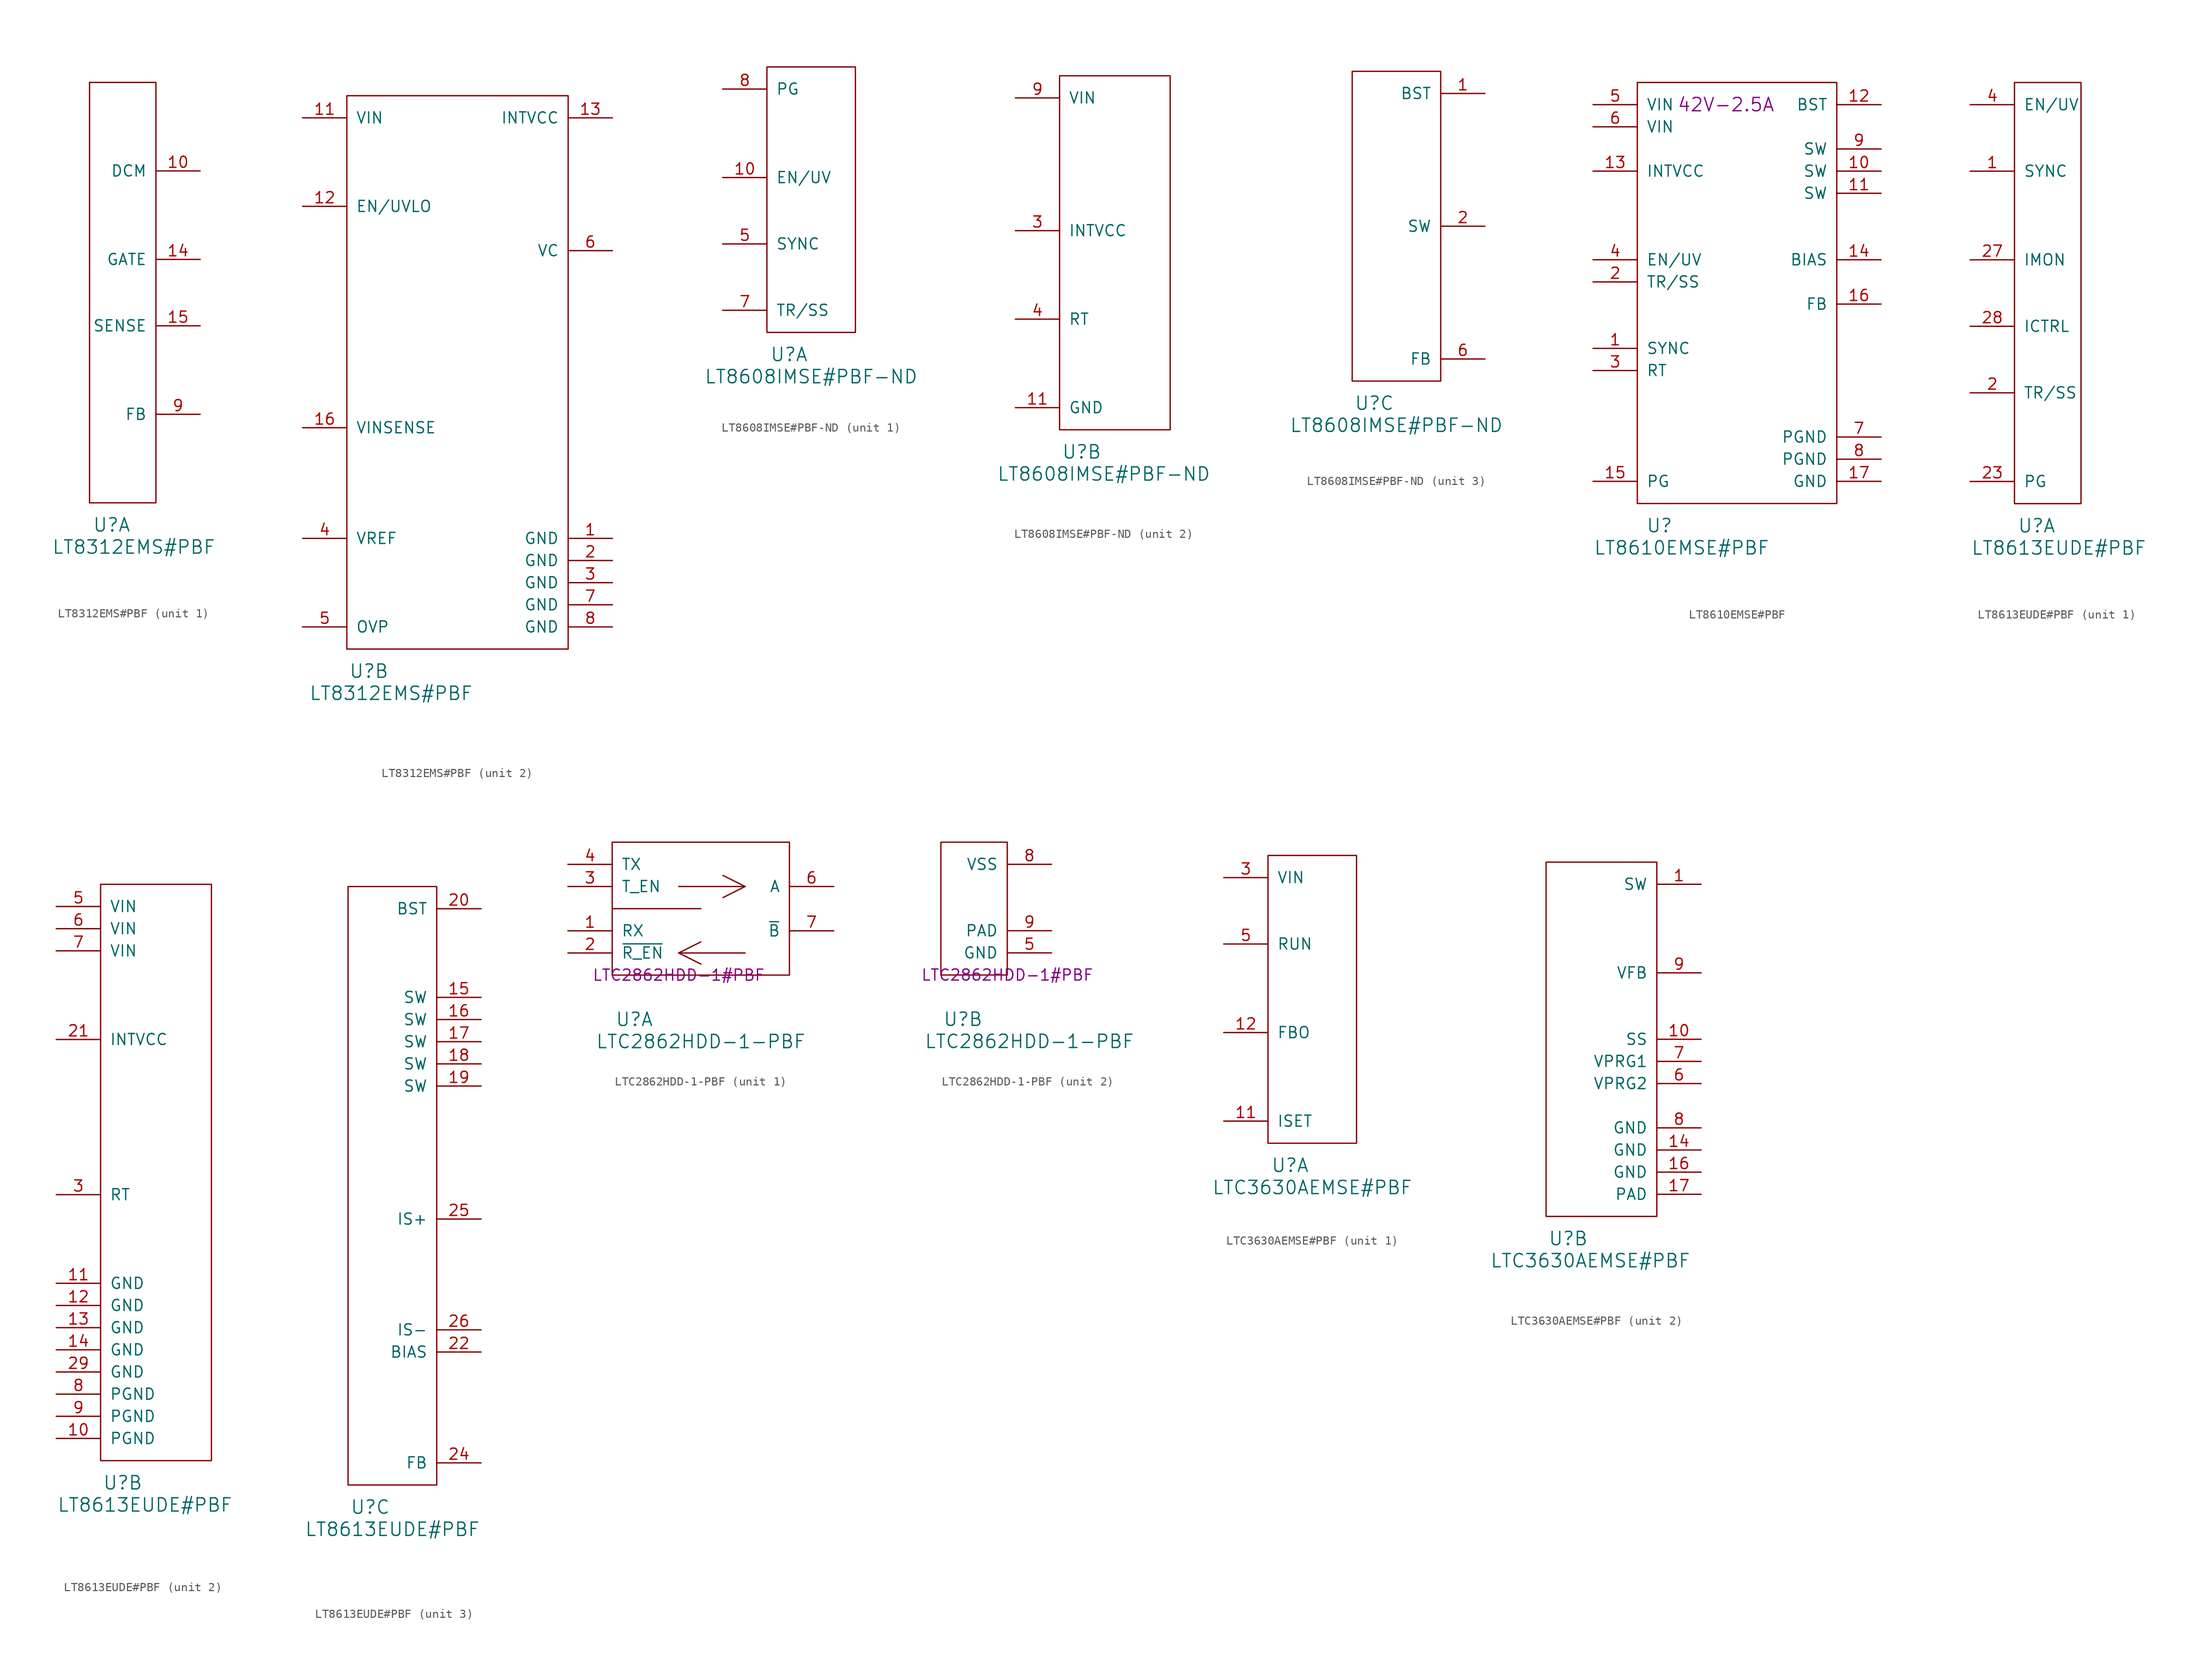
<source format=kicad_sym>
(kicad_symbol_lib
  (version 20220914)
  (generator kicad_symbol_editor)
  (symbol "LT8312EMS#PBF"
    (pin_names
      (offset 1.016))
    (property "Reference" "U"
      (at 2.54 -2.54 0)
      (effects (font (size 1.524 1.524))))
    (property "Value" "LT8312EMS#PBF"
      (at 5.08 -5.08 0)
      (effects (font (size 1.524 1.524))))
    (property "ki_locked" ""
      (at 0 0 0)
      (effects (font (size 1.27 1.27))))
    (symbol "LT8312EMS#PBF_1_1"
      (rectangle (start 0 0) (end 7.62 48.26) (stroke (width 0) (type solid)) (fill (type none)))
      (pin input line (at 12.7 38.1 180) (length 5.08) (name "DCM" (effects (font (size 1.27 1.27)))) (number "10" (effects (font (size 1.27 1.27)))))
      (pin output line (at 12.7 27.94 180) (length 5.08) (name "GATE" (effects (font (size 1.27 1.27)))) (number "14" (effects (font (size 1.27 1.27)))))
      (pin input line (at 12.7 20.32 180) (length 5.08) (name "SENSE" (effects (font (size 1.27 1.27)))) (number "15" (effects (font (size 1.27 1.27)))))
      (pin input line (at 12.7 10.16 180) (length 5.08) (name "FB" (effects (font (size 1.27 1.27)))) (number "9" (effects (font (size 1.27 1.27))))))
    (symbol "LT8312EMS#PBF_2_1"
      (rectangle (start 0 0) (end 25.4 63.5) (stroke (width 0) (type solid)) (fill (type none)))
      (pin power_in line (at 30.48 12.7 180) (length 5.08) (name "GND" (effects (font (size 1.27 1.27)))) (number "1" (effects (font (size 1.27 1.27)))))
      (pin power_in line (at -5.08 60.96 0) (length 5.08) (name "VIN" (effects (font (size 1.27 1.27)))) (number "11" (effects (font (size 1.27 1.27)))))
      (pin input line (at -5.08 50.8 0) (length 5.08) (name "EN/UVLO" (effects (font (size 1.27 1.27)))) (number "12" (effects (font (size 1.27 1.27)))))
      (pin power_out line (at 30.48 60.96 180) (length 5.08) (name "INTVCC" (effects (font (size 1.27 1.27)))) (number "13" (effects (font (size 1.27 1.27)))))
      (pin input line (at -5.08 25.4 0) (length 5.08) (name "VINSENSE" (effects (font (size 1.27 1.27)))) (number "16" (effects (font (size 1.27 1.27)))))
      (pin power_in line (at 30.48 10.16 180) (length 5.08) (name "GND" (effects (font (size 1.27 1.27)))) (number "2" (effects (font (size 1.27 1.27)))))
      (pin power_in line (at 30.48 7.62 180) (length 5.08) (name "GND" (effects (font (size 1.27 1.27)))) (number "3" (effects (font (size 1.27 1.27)))))
      (pin output line (at -5.08 12.7 0) (length 5.08) (name "VREF" (effects (font (size 1.27 1.27)))) (number "4" (effects (font (size 1.27 1.27)))))
      (pin input line (at -5.08 2.54 0) (length 5.08) (name "OVP" (effects (font (size 1.27 1.27)))) (number "5" (effects (font (size 1.27 1.27)))))
      (pin output line (at 30.48 45.72 180) (length 5.08) (name "VC" (effects (font (size 1.27 1.27)))) (number "6" (effects (font (size 1.27 1.27)))))
      (pin power_in line (at 30.48 5.08 180) (length 5.08) (name "GND" (effects (font (size 1.27 1.27)))) (number "7" (effects (font (size 1.27 1.27)))))
      (pin power_in line (at 30.48 2.54 180) (length 5.08) (name "GND" (effects (font (size 1.27 1.27)))) (number "8" (effects (font (size 1.27 1.27)))))))
  (symbol "LT8608IMSE#PBF-ND"
    (pin_names
      (offset 1.016))
    (property "Reference" "U"
      (at 2.54 -2.54 0)
      (effects (font (size 1.524 1.524))))
    (property "Value" "LT8608IMSE#PBF-ND"
      (at 5.08 -5.08 0)
      (effects (font (size 1.524 1.524))))
    (property "ki_locked" ""
      (at 0 0 0)
      (effects (font (size 1.27 1.27))))
    (symbol "LT8608IMSE#PBF-ND_1_1"
      (rectangle (start 0 0) (end 10.16 30.48) (stroke (width 0) (type solid)) (fill (type none)))
      (pin input line (at -5.08 17.78 0) (length 5.08) (name "EN/UV" (effects (font (size 1.27 1.27)))) (number "10" (effects (font (size 1.27 1.27)))))
      (pin input line (at -5.08 10.16 0) (length 5.08) (name "SYNC" (effects (font (size 1.27 1.27)))) (number "5" (effects (font (size 1.27 1.27)))))
      (pin input line (at -5.08 2.54 0) (length 5.08) (name "TR/SS" (effects (font (size 1.27 1.27)))) (number "7" (effects (font (size 1.27 1.27)))))
      (pin open_collector line (at -5.08 27.94 0) (length 5.08) (name "PG" (effects (font (size 1.27 1.27)))) (number "8" (effects (font (size 1.27 1.27))))))
    (symbol "LT8608IMSE#PBF-ND_2_1"
      (rectangle (start 0 0) (end 12.7 40.64) (stroke (width 0) (type solid)) (fill (type none)))
      (pin power_in line (at -5.08 2.54 0) (length 5.08) (name "GND" (effects (font (size 1.27 1.27)))) (number "11" (effects (font (size 1.27 1.27)))))
      (pin power_out line (at -5.08 22.86 0) (length 5.08) (name "INTVCC" (effects (font (size 1.27 1.27)))) (number "3" (effects (font (size 1.27 1.27)))))
      (pin input line (at -5.08 12.7 0) (length 5.08) (name "RT" (effects (font (size 1.27 1.27)))) (number "4" (effects (font (size 1.27 1.27)))))
      (pin power_in line (at -5.08 38.1 0) (length 5.08) (name "VIN" (effects (font (size 1.27 1.27)))) (number "9" (effects (font (size 1.27 1.27))))))
    (symbol "LT8608IMSE#PBF-ND_3_1"
      (rectangle (start 0 0) (end 10.16 35.56) (stroke (width 0) (type solid)) (fill (type none)))
      (pin input line (at 15.24 33.02 180) (length 5.08) (name "BST" (effects (font (size 1.27 1.27)))) (number "1" (effects (font (size 1.27 1.27)))))
      (pin output line (at 15.24 17.78 180) (length 5.08) (name "SW" (effects (font (size 1.27 1.27)))) (number "2" (effects (font (size 1.27 1.27)))))
      (pin input line (at 15.24 2.54 180) (length 5.08) (name "FB" (effects (font (size 1.27 1.27)))) (number "6" (effects (font (size 1.27 1.27)))))))
  (symbol "LT8610EMSE#PBF"
    (pin_names
      (offset 1.016))
    (property "Reference" "U"
      (at 2.54 -2.54 0)
      (effects (font (size 1.524 1.524))))
    (property "Value" "LT8610EMSE#PBF"
      (at 5.08 -5.08 0)
      (effects (font (size 1.524 1.524))))
    (property "Rating" "42V-2.5A"
      (at 10.16 45.72 0)
      (effects (font (size 1.524 1.524))))
    (symbol "LT8610EMSE#PBF_1_1"
      (rectangle (start 0 0) (end 22.86 48.26) (stroke (width 0) (type solid)) (fill (type none)))
      (pin input line (at -5.08 17.78 0) (length 5.08) (name "SYNC" (effects (font (size 1.27 1.27)))) (number "1" (effects (font (size 1.27 1.27)))))
      (pin passive line (at 27.94 38.1 180) (length 5.08) (name "SW" (effects (font (size 1.27 1.27)))) (number "10" (effects (font (size 1.27 1.27)))))
      (pin passive line (at 27.94 35.56 180) (length 5.08) (name "SW" (effects (font (size 1.27 1.27)))) (number "11" (effects (font (size 1.27 1.27)))))
      (pin input line (at 27.94 45.72 180) (length 5.08) (name "BST" (effects (font (size 1.27 1.27)))) (number "12" (effects (font (size 1.27 1.27)))))
      (pin power_out line (at -5.08 38.1 0) (length 5.08) (name "INTVCC" (effects (font (size 1.27 1.27)))) (number "13" (effects (font (size 1.27 1.27)))))
      (pin power_in line (at 27.94 27.94 180) (length 5.08) (name "BIAS" (effects (font (size 1.27 1.27)))) (number "14" (effects (font (size 1.27 1.27)))))
      (pin open_collector line (at -5.08 2.54 0) (length 5.08) (name "PG" (effects (font (size 1.27 1.27)))) (number "15" (effects (font (size 1.27 1.27)))))
      (pin input line (at 27.94 22.86 180) (length 5.08) (name "FB" (effects (font (size 1.27 1.27)))) (number "16" (effects (font (size 1.27 1.27)))))
      (pin power_in line (at 27.94 2.54 180) (length 5.08) (name "GND" (effects (font (size 1.27 1.27)))) (number "17" (effects (font (size 1.27 1.27)))))
      (pin input line (at -5.08 25.4 0) (length 5.08) (name "TR/SS" (effects (font (size 1.27 1.27)))) (number "2" (effects (font (size 1.27 1.27)))))
      (pin input line (at -5.08 15.24 0) (length 5.08) (name "RT" (effects (font (size 1.27 1.27)))) (number "3" (effects (font (size 1.27 1.27)))))
      (pin input line (at -5.08 27.94 0) (length 5.08) (name "EN/UV" (effects (font (size 1.27 1.27)))) (number "4" (effects (font (size 1.27 1.27)))))
      (pin power_in line (at -5.08 45.72 0) (length 5.08) (name "VIN" (effects (font (size 1.27 1.27)))) (number "5" (effects (font (size 1.27 1.27)))))
      (pin power_in line (at -5.08 43.18 0) (length 5.08) (name "VIN" (effects (font (size 1.27 1.27)))) (number "6" (effects (font (size 1.27 1.27)))))
      (pin power_in line (at 27.94 7.62 180) (length 5.08) (name "PGND" (effects (font (size 1.27 1.27)))) (number "7" (effects (font (size 1.27 1.27)))))
      (pin power_in line (at 27.94 5.08 180) (length 5.08) (name "PGND" (effects (font (size 1.27 1.27)))) (number "8" (effects (font (size 1.27 1.27)))))
      (pin power_out line (at 27.94 40.64 180) (length 5.08) (name "SW" (effects (font (size 1.27 1.27)))) (number "9" (effects (font (size 1.27 1.27)))))))
  (symbol "LT8613EUDE#PBF"
    (pin_names
      (offset 1.016))
    (property "Reference" "U"
      (at 2.54 -2.54 0)
      (effects (font (size 1.524 1.524))))
    (property "Value" "LT8613EUDE#PBF"
      (at 5.08 -5.08 0)
      (effects (font (size 1.524 1.524))))
    (property "ki_locked" ""
      (at 0 0 0)
      (effects (font (size 1.27 1.27))))
    (symbol "LT8613EUDE#PBF_1_1"
      (rectangle (start 0 0) (end 7.62 48.26) (stroke (width 0) (type solid)) (fill (type none)))
      (pin input line (at -5.08 38.1 0) (length 5.08) (name "SYNC" (effects (font (size 1.27 1.27)))) (number "1" (effects (font (size 1.27 1.27)))))
      (pin input line (at -5.08 12.7 0) (length 5.08) (name "TR/SS" (effects (font (size 1.27 1.27)))) (number "2" (effects (font (size 1.27 1.27)))))
      (pin open_collector line (at -5.08 2.54 0) (length 5.08) (name "PG" (effects (font (size 1.27 1.27)))) (number "23" (effects (font (size 1.27 1.27)))))
      (pin output line (at -5.08 27.94 0) (length 5.08) (name "IMON" (effects (font (size 1.27 1.27)))) (number "27" (effects (font (size 1.27 1.27)))))
      (pin input line (at -5.08 20.32 0) (length 5.08) (name "ICTRL" (effects (font (size 1.27 1.27)))) (number "28" (effects (font (size 1.27 1.27)))))
      (pin input line (at -5.08 45.72 0) (length 5.08) (name "EN/UV" (effects (font (size 1.27 1.27)))) (number "4" (effects (font (size 1.27 1.27))))))
    (symbol "LT8613EUDE#PBF_2_1"
      (rectangle (start 0 0) (end 12.7 66.04) (stroke (width 0) (type solid)) (fill (type none)))
      (pin power_in line (at -5.08 2.54 0) (length 5.08) (name "PGND" (effects (font (size 1.27 1.27)))) (number "10" (effects (font (size 1.27 1.27)))))
      (pin power_in line (at -5.08 20.32 0) (length 5.08) (name "GND" (effects (font (size 1.27 1.27)))) (number "11" (effects (font (size 1.27 1.27)))))
      (pin power_in line (at -5.08 17.78 0) (length 5.08) (name "GND" (effects (font (size 1.27 1.27)))) (number "12" (effects (font (size 1.27 1.27)))))
      (pin power_in line (at -5.08 15.24 0) (length 5.08) (name "GND" (effects (font (size 1.27 1.27)))) (number "13" (effects (font (size 1.27 1.27)))))
      (pin power_in line (at -5.08 12.7 0) (length 5.08) (name "GND" (effects (font (size 1.27 1.27)))) (number "14" (effects (font (size 1.27 1.27)))))
      (pin power_out line (at -5.08 48.26 0) (length 5.08) (name "INTVCC" (effects (font (size 1.27 1.27)))) (number "21" (effects (font (size 1.27 1.27)))))
      (pin power_in line (at -5.08 10.16 0) (length 5.08) (name "GND" (effects (font (size 1.27 1.27)))) (number "29" (effects (font (size 1.27 1.27)))))
      (pin input line (at -5.08 30.48 0) (length 5.08) (name "RT" (effects (font (size 1.27 1.27)))) (number "3" (effects (font (size 1.27 1.27)))))
      (pin power_in line (at -5.08 63.5 0) (length 5.08) (name "VIN" (effects (font (size 1.27 1.27)))) (number "5" (effects (font (size 1.27 1.27)))))
      (pin power_in line (at -5.08 60.96 0) (length 5.08) (name "VIN" (effects (font (size 1.27 1.27)))) (number "6" (effects (font (size 1.27 1.27)))))
      (pin power_in line (at -5.08 58.42 0) (length 5.08) (name "VIN" (effects (font (size 1.27 1.27)))) (number "7" (effects (font (size 1.27 1.27)))))
      (pin power_in line (at -5.08 7.62 0) (length 5.08) (name "PGND" (effects (font (size 1.27 1.27)))) (number "8" (effects (font (size 1.27 1.27)))))
      (pin power_in line (at -5.08 5.08 0) (length 5.08) (name "PGND" (effects (font (size 1.27 1.27)))) (number "9" (effects (font (size 1.27 1.27))))))
    (symbol "LT8613EUDE#PBF_3_1"
      (rectangle (start 0 0) (end 10.16 68.58) (stroke (width 0) (type solid)) (fill (type none)))
      (pin power_out line (at 15.24 55.88 180) (length 5.08) (name "SW" (effects (font (size 1.27 1.27)))) (number "15" (effects (font (size 1.27 1.27)))))
      (pin passive line (at 15.24 53.34 180) (length 5.08) (name "SW" (effects (font (size 1.27 1.27)))) (number "16" (effects (font (size 1.27 1.27)))))
      (pin passive line (at 15.24 50.8 180) (length 5.08) (name "SW" (effects (font (size 1.27 1.27)))) (number "17" (effects (font (size 1.27 1.27)))))
      (pin passive line (at 15.24 48.26 180) (length 5.08) (name "SW" (effects (font (size 1.27 1.27)))) (number "18" (effects (font (size 1.27 1.27)))))
      (pin passive line (at 15.24 45.72 180) (length 5.08) (name "SW" (effects (font (size 1.27 1.27)))) (number "19" (effects (font (size 1.27 1.27)))))
      (pin input line (at 15.24 66.04 180) (length 5.08) (name "BST" (effects (font (size 1.27 1.27)))) (number "20" (effects (font (size 1.27 1.27)))))
      (pin power_out line (at 15.24 15.24 180) (length 5.08) (name "BIAS" (effects (font (size 1.27 1.27)))) (number "22" (effects (font (size 1.27 1.27)))))
      (pin input line (at 15.24 2.54 180) (length 5.08) (name "FB" (effects (font (size 1.27 1.27)))) (number "24" (effects (font (size 1.27 1.27)))))
      (pin input line (at 15.24 30.48 180) (length 5.08) (name "IS+" (effects (font (size 1.27 1.27)))) (number "25" (effects (font (size 1.27 1.27)))))
      (pin input line (at 15.24 17.78 180) (length 5.08) (name "IS-" (effects (font (size 1.27 1.27)))) (number "26" (effects (font (size 1.27 1.27)))))))
  (symbol "LTC2862HDD-1-PBF"
    (pin_names
      (offset 1.016))
    (property "Reference" "U"
      (at 2.54 -5.08 0)
      (effects (font (size 1.524 1.524))))
    (property "Value" "LTC2862HDD-1-PBF"
      (at 10.16 -7.62 0)
      (effects (font (size 1.524 1.524))))
    (property "MPN" "LTC2862HDD-1#PBF"
      (at 7.62 0 0)
      (effects (font (size 1.27 1.27))))
    (property "ki_locked" ""
      (at 0 0 0)
      (effects (font (size 1.27 1.27))))
    (symbol "LTC2862HDD-1-PBF_1_0"
      (polyline (pts (xy 7.62 2.54) (xy 10.16 1.27)) (stroke (width 0) (type solid)) (fill (type none)))
      (polyline (pts (xy 12.7 11.43) (xy 15.24 10.16)) (stroke (width 0) (type solid)) (fill (type none)))
      (polyline (pts (xy 7.62 10.16) (xy 15.24 10.16) (xy 12.7 8.89)) (stroke (width 0) (type solid)) (fill (type none)))
      (polyline (pts (xy 15.24 2.54) (xy 7.62 2.54) (xy 10.16 3.81)) (stroke (width 0) (type solid)) (fill (type none))))
    (symbol "LTC2862HDD-1-PBF_1_1"
      (polyline (pts (xy 0 7.62) (xy 10.16 7.62)) (stroke (width 0) (type solid)) (fill (type none)))
      (rectangle (start 0 0) (end 20.32 15.24) (stroke (width 0) (type solid)) (fill (type none)))
      (pin input line (at -5.08 5.08 0) (length 5.08) (name "RX" (effects (font (size 1.27 1.27)))) (number "1" (effects (font (size 1.27 1.27)))))
      (pin input line (at -5.08 2.54 0) (length 5.08) (name "~{R_EN}" (effects (font (size 1.27 1.27)))) (number "2" (effects (font (size 1.27 1.27)))))
      (pin input line (at -5.08 10.16 0) (length 5.08) (name "T_EN" (effects (font (size 1.27 1.27)))) (number "3" (effects (font (size 1.27 1.27)))))
      (pin output line (at -5.08 12.7 0) (length 5.08) (name "TX" (effects (font (size 1.27 1.27)))) (number "4" (effects (font (size 1.27 1.27)))))
      (pin bidirectional line (at 25.4 10.16 180) (length 5.08) (name "A" (effects (font (size 1.27 1.27)))) (number "6" (effects (font (size 1.27 1.27)))))
      (pin bidirectional line (at 25.4 5.08 180) (length 5.08) (name "~{B}" (effects (font (size 1.27 1.27)))) (number "7" (effects (font (size 1.27 1.27))))))
    (symbol "LTC2862HDD-1-PBF_2_1"
      (rectangle (start 7.62 15.24) (end 0 0) (stroke (width 0) (type solid)) (fill (type none)))
      (pin power_in line (at 12.7 2.54 180) (length 5.08) (name "GND" (effects (font (size 1.27 1.27)))) (number "5" (effects (font (size 1.27 1.27)))))
      (pin power_in line (at 12.7 12.7 180) (length 5.08) (name "VSS" (effects (font (size 1.27 1.27)))) (number "8" (effects (font (size 1.27 1.27)))))
      (pin power_in line (at 12.7 5.08 180) (length 5.08) (name "PAD" (effects (font (size 1.27 1.27)))) (number "9" (effects (font (size 1.27 1.27)))))))
  (symbol "LTC3630AEMSE#PBF"
    (pin_names
      (offset 1.016))
    (property "Reference" "U"
      (at 2.54 -2.54 0)
      (effects (font (size 1.524 1.524))))
    (property "Value" "LTC3630AEMSE#PBF"
      (at 5.08 -5.08 0)
      (effects (font (size 1.524 1.524))))
    (property "ki_locked" ""
      (at 0 0 0)
      (effects (font (size 1.27 1.27))))
    (symbol "LTC3630AEMSE#PBF_1_1"
      (rectangle (start 0 0) (end 10.16 33.02) (stroke (width 0) (type solid)) (fill (type none)))
      (pin input line (at -5.08 2.54 0) (length 5.08) (name "ISET" (effects (font (size 1.27 1.27)))) (number "11" (effects (font (size 1.27 1.27)))))
      (pin open_collector line (at -5.08 12.7 0) (length 5.08) (name "FBO" (effects (font (size 1.27 1.27)))) (number "12" (effects (font (size 1.27 1.27)))))
      (pin power_in line (at -5.08 30.48 0) (length 5.08) (name "VIN" (effects (font (size 1.27 1.27)))) (number "3" (effects (font (size 1.27 1.27)))))
      (pin input line (at -5.08 22.86 0) (length 5.08) (name "RUN" (effects (font (size 1.27 1.27)))) (number "5" (effects (font (size 1.27 1.27))))))
    (symbol "LTC3630AEMSE#PBF_2_1"
      (rectangle (start 0 0) (end 12.7 40.64) (stroke (width 0) (type solid)) (fill (type none)))
      (pin output line (at 17.78 38.1 180) (length 5.08) (name "SW" (effects (font (size 1.27 1.27)))) (number "1" (effects (font (size 1.27 1.27)))))
      (pin input line (at 17.78 20.32 180) (length 5.08) (name "SS" (effects (font (size 1.27 1.27)))) (number "10" (effects (font (size 1.27 1.27)))))
      (pin power_in line (at 17.78 7.62 180) (length 5.08) (name "GND" (effects (font (size 1.27 1.27)))) (number "14" (effects (font (size 1.27 1.27)))))
      (pin power_in line (at 17.78 5.08 180) (length 5.08) (name "GND" (effects (font (size 1.27 1.27)))) (number "16" (effects (font (size 1.27 1.27)))))
      (pin power_in line (at 17.78 2.54 180) (length 5.08) (name "PAD" (effects (font (size 1.27 1.27)))) (number "17" (effects (font (size 1.27 1.27)))))
      (pin input line (at 17.78 15.24 180) (length 5.08) (name "VPRG2" (effects (font (size 1.27 1.27)))) (number "6" (effects (font (size 1.27 1.27)))))
      (pin input line (at 17.78 17.78 180) (length 5.08) (name "VPRG1" (effects (font (size 1.27 1.27)))) (number "7" (effects (font (size 1.27 1.27)))))
      (pin power_in line (at 17.78 10.16 180) (length 5.08) (name "GND" (effects (font (size 1.27 1.27)))) (number "8" (effects (font (size 1.27 1.27)))))
      (pin input line (at 17.78 27.94 180) (length 5.08) (name "VFB" (effects (font (size 1.27 1.27)))) (number "9" (effects (font (size 1.27 1.27))))))))
</source>
